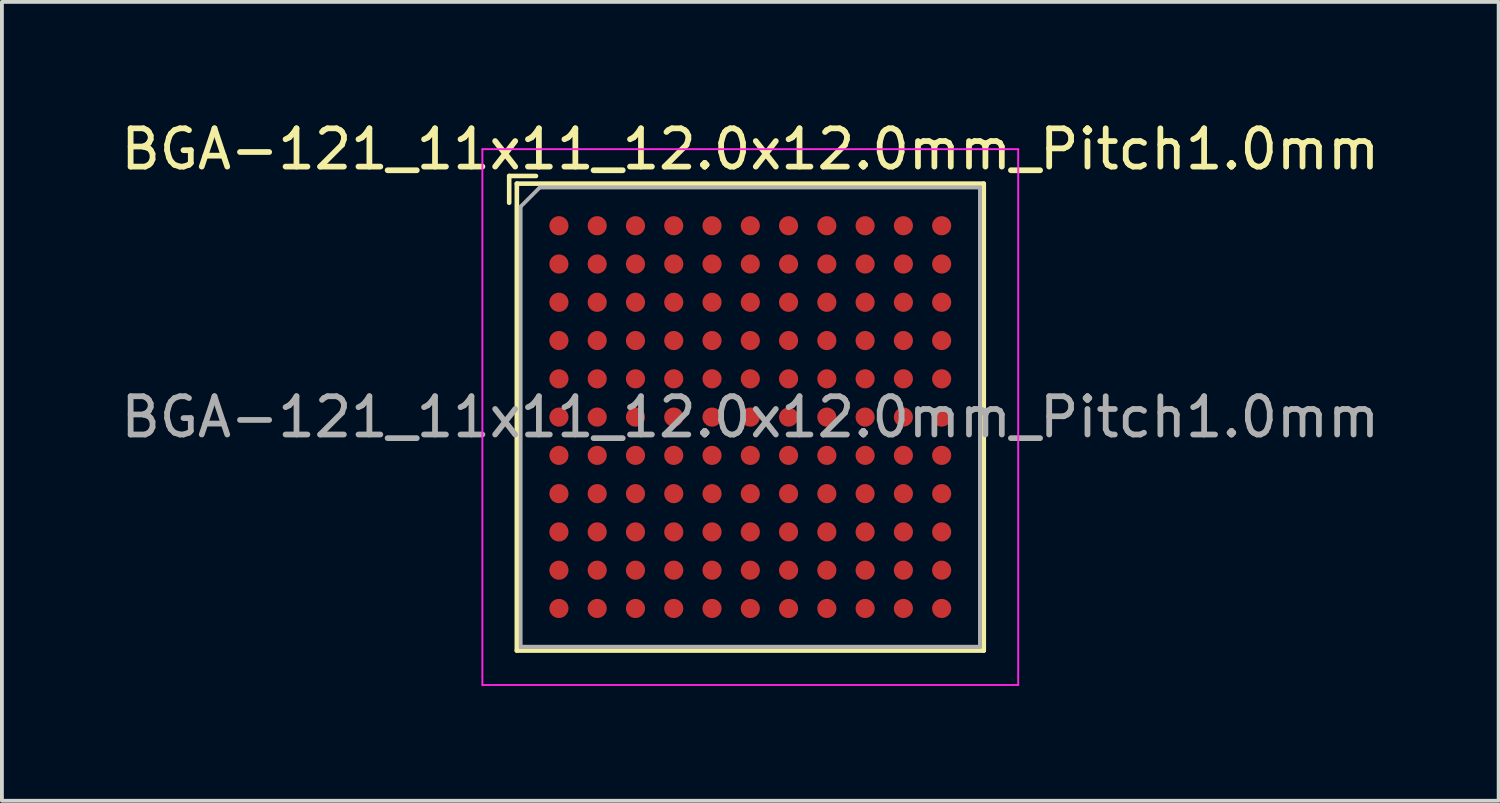
<source format=kicad_pcb>
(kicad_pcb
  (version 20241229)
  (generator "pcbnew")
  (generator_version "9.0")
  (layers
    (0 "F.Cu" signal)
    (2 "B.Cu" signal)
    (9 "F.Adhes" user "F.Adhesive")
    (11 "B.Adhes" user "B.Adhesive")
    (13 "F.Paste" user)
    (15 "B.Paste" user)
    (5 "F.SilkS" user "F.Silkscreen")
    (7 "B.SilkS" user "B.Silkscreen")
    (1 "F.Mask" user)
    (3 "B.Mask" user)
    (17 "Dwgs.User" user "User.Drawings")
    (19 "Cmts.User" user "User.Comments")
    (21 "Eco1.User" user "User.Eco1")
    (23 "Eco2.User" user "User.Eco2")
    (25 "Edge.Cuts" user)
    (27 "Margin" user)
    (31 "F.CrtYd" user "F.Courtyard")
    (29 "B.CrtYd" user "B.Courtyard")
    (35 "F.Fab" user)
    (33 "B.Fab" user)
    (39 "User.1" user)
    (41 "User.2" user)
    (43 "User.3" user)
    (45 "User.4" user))
  (footprint "BGA-121_11x11_12.0x12.0mm_Pitch1.0mm"
    (layer "F.Cu")
    (at 16.554 7.848)
    (property "Reference" "BGA-121_11x11_12.0x12.0mm_Pitch1.0mm" (at 0 -7 0) (layer "F.SilkS") (effects (font (size 1 1) (thickness 0.15))))
    (attr smd)
    (fp_line (start -6.3 -6.3) (end -5.6 -6.3) (stroke (width 0.12) (type solid)) (layer "F.SilkS"))
    (fp_line (start -6.3 -5.6) (end -6.3 -6.3) (stroke (width 0.12) (type solid)) (layer "F.SilkS"))
    (fp_line (start -6.1 -6.1) (end -6.1 6.1) (stroke (width 0.12) (type solid)) (layer "F.SilkS"))
    (fp_line (start -6.1 6.1) (end 6.1 6.1) (stroke (width 0.12) (type solid)) (layer "F.SilkS"))
    (fp_line (start 6.1 -6.1) (end -6.1 -6.1) (stroke (width 0.12) (type solid)) (layer "F.SilkS"))
    (fp_line (start 6.1 6.1) (end 6.1 -6.1) (stroke (width 0.12) (type solid)) (layer "F.SilkS"))
    (fp_line (start -7 -7) (end -7 7) (stroke (width 0.05) (type solid)) (layer "F.CrtYd"))
    (fp_line (start -7 -7) (end 7 -7) (stroke (width 0.05) (type solid)) (layer "F.CrtYd"))
    (fp_line (start 7 7) (end -7 7) (stroke (width 0.05) (type solid)) (layer "F.CrtYd"))
    (fp_line (start 7 7) (end 7 -7) (stroke (width 0.05) (type solid)) (layer "F.CrtYd"))
    (fp_line (start -6 -5.5) (end -6 6) (stroke (width 0.1) (type solid)) (layer "F.Fab"))
    (fp_line (start -6 6) (end 6 6) (stroke (width 0.1) (type solid)) (layer "F.Fab"))
    (fp_line (start -5.5 -6) (end -6 -5.5) (stroke (width 0.1) (type solid)) (layer "F.Fab"))
    (fp_line (start 6 -6) (end -5.5 -6) (stroke (width 0.1) (type solid)) (layer "F.Fab"))
    (fp_line (start 6 6) (end 6 -6) (stroke (width 0.1) (type solid)) (layer "F.Fab"))
    (fp_text user "${REFERENCE}" (at 0 0 0) (layer "F.Fab") (effects (font (size 1 1) (thickness 0.15))))
    (pad "A1" smd circle (at -5 -5) (size 0.5 0.5) (layers "F.Cu" "F.Mask" "F.Paste"))
    (pad "A2" smd circle (at -4 -5) (size 0.5 0.5) (layers "F.Cu" "F.Mask" "F.Paste"))
    (pad "A3" smd circle (at -3 -5) (size 0.5 0.5) (layers "F.Cu" "F.Mask" "F.Paste"))
    (pad "A4" smd circle (at -2 -5) (size 0.5 0.5) (layers "F.Cu" "F.Mask" "F.Paste"))
    (pad "A5" smd circle (at -1 -5) (size 0.5 0.5) (layers "F.Cu" "F.Mask" "F.Paste"))
    (pad "A6" smd circle (at 0 -5) (size 0.5 0.5) (layers "F.Cu" "F.Mask" "F.Paste"))
    (pad "A7" smd circle (at 1 -5) (size 0.5 0.5) (layers "F.Cu" "F.Mask" "F.Paste"))
    (pad "A8" smd circle (at 2 -5) (size 0.5 0.5) (layers "F.Cu" "F.Mask" "F.Paste"))
    (pad "A9" smd circle (at 3 -5) (size 0.5 0.5) (layers "F.Cu" "F.Mask" "F.Paste"))
    (pad "A10" smd circle (at 4 -5) (size 0.5 0.5) (layers "F.Cu" "F.Mask" "F.Paste"))
    (pad "A11" smd circle (at 5 -5) (size 0.5 0.5) (layers "F.Cu" "F.Mask" "F.Paste"))
    (pad "B1" smd circle (at -5 -4) (size 0.5 0.5) (layers "F.Cu" "F.Mask" "F.Paste"))
    (pad "B2" smd circle (at -4 -4) (size 0.5 0.5) (layers "F.Cu" "F.Mask" "F.Paste"))
    (pad "B3" smd circle (at -3 -4) (size 0.5 0.5) (layers "F.Cu" "F.Mask" "F.Paste"))
    (pad "B4" smd circle (at -2 -4) (size 0.5 0.5) (layers "F.Cu" "F.Mask" "F.Paste"))
    (pad "B5" smd circle (at -1 -4) (size 0.5 0.5) (layers "F.Cu" "F.Mask" "F.Paste"))
    (pad "B6" smd circle (at 0 -4) (size 0.5 0.5) (layers "F.Cu" "F.Mask" "F.Paste"))
    (pad "B7" smd circle (at 1 -4) (size 0.5 0.5) (layers "F.Cu" "F.Mask" "F.Paste"))
    (pad "B8" smd circle (at 2 -4) (size 0.5 0.5) (layers "F.Cu" "F.Mask" "F.Paste"))
    (pad "B9" smd circle (at 3 -4) (size 0.5 0.5) (layers "F.Cu" "F.Mask" "F.Paste"))
    (pad "B10" smd circle (at 4 -4) (size 0.5 0.5) (layers "F.Cu" "F.Mask" "F.Paste"))
    (pad "B11" smd circle (at 5 -4) (size 0.5 0.5) (layers "F.Cu" "F.Mask" "F.Paste"))
    (pad "C1" smd circle (at -5 -3) (size 0.5 0.5) (layers "F.Cu" "F.Mask" "F.Paste"))
    (pad "C2" smd circle (at -4 -3) (size 0.5 0.5) (layers "F.Cu" "F.Mask" "F.Paste"))
    (pad "C3" smd circle (at -3 -3) (size 0.5 0.5) (layers "F.Cu" "F.Mask" "F.Paste"))
    (pad "C4" smd circle (at -2 -3) (size 0.5 0.5) (layers "F.Cu" "F.Mask" "F.Paste"))
    (pad "C5" smd circle (at -1 -3) (size 0.5 0.5) (layers "F.Cu" "F.Mask" "F.Paste"))
    (pad "C6" smd circle (at 0 -3) (size 0.5 0.5) (layers "F.Cu" "F.Mask" "F.Paste"))
    (pad "C7" smd circle (at 1 -3) (size 0.5 0.5) (layers "F.Cu" "F.Mask" "F.Paste"))
    (pad "C8" smd circle (at 2 -3) (size 0.5 0.5) (layers "F.Cu" "F.Mask" "F.Paste"))
    (pad "C9" smd circle (at 3 -3) (size 0.5 0.5) (layers "F.Cu" "F.Mask" "F.Paste"))
    (pad "C10" smd circle (at 4 -3) (size 0.5 0.5) (layers "F.Cu" "F.Mask" "F.Paste"))
    (pad "C11" smd circle (at 5 -3) (size 0.5 0.5) (layers "F.Cu" "F.Mask" "F.Paste"))
    (pad "D1" smd circle (at -5 -2) (size 0.5 0.5) (layers "F.Cu" "F.Mask" "F.Paste"))
    (pad "D2" smd circle (at -4 -2) (size 0.5 0.5) (layers "F.Cu" "F.Mask" "F.Paste"))
    (pad "D3" smd circle (at -3 -2) (size 0.5 0.5) (layers "F.Cu" "F.Mask" "F.Paste"))
    (pad "D4" smd circle (at -2 -2) (size 0.5 0.5) (layers "F.Cu" "F.Mask" "F.Paste"))
    (pad "D5" smd circle (at -1 -2) (size 0.5 0.5) (layers "F.Cu" "F.Mask" "F.Paste"))
    (pad "D6" smd circle (at 0 -2) (size 0.5 0.5) (layers "F.Cu" "F.Mask" "F.Paste"))
    (pad "D7" smd circle (at 1 -2) (size 0.5 0.5) (layers "F.Cu" "F.Mask" "F.Paste"))
    (pad "D8" smd circle (at 2 -2) (size 0.5 0.5) (layers "F.Cu" "F.Mask" "F.Paste"))
    (pad "D9" smd circle (at 3 -2) (size 0.5 0.5) (layers "F.Cu" "F.Mask" "F.Paste"))
    (pad "D10" smd circle (at 4 -2) (size 0.5 0.5) (layers "F.Cu" "F.Mask" "F.Paste"))
    (pad "D11" smd circle (at 5 -2) (size 0.5 0.5) (layers "F.Cu" "F.Mask" "F.Paste"))
    (pad "E1" smd circle (at -5 -1) (size 0.5 0.5) (layers "F.Cu" "F.Mask" "F.Paste"))
    (pad "E2" smd circle (at -4 -1) (size 0.5 0.5) (layers "F.Cu" "F.Mask" "F.Paste"))
    (pad "E3" smd circle (at -3 -1) (size 0.5 0.5) (layers "F.Cu" "F.Mask" "F.Paste"))
    (pad "E4" smd circle (at -2 -1) (size 0.5 0.5) (layers "F.Cu" "F.Mask" "F.Paste"))
    (pad "E5" smd circle (at -1 -1) (size 0.5 0.5) (layers "F.Cu" "F.Mask" "F.Paste"))
    (pad "E6" smd circle (at 0 -1) (size 0.5 0.5) (layers "F.Cu" "F.Mask" "F.Paste"))
    (pad "E7" smd circle (at 1 -1) (size 0.5 0.5) (layers "F.Cu" "F.Mask" "F.Paste"))
    (pad "E8" smd circle (at 2 -1) (size 0.5 0.5) (layers "F.Cu" "F.Mask" "F.Paste"))
    (pad "E9" smd circle (at 3 -1) (size 0.5 0.5) (layers "F.Cu" "F.Mask" "F.Paste"))
    (pad "E10" smd circle (at 4 -1) (size 0.5 0.5) (layers "F.Cu" "F.Mask" "F.Paste"))
    (pad "E11" smd circle (at 5 -1) (size 0.5 0.5) (layers "F.Cu" "F.Mask" "F.Paste"))
    (pad "F1" smd circle (at -5 0) (size 0.5 0.5) (layers "F.Cu" "F.Mask" "F.Paste"))
    (pad "F2" smd circle (at -4 0) (size 0.5 0.5) (layers "F.Cu" "F.Mask" "F.Paste"))
    (pad "F3" smd circle (at -3 0) (size 0.5 0.5) (layers "F.Cu" "F.Mask" "F.Paste"))
    (pad "F4" smd circle (at -2 0) (size 0.5 0.5) (layers "F.Cu" "F.Mask" "F.Paste"))
    (pad "F5" smd circle (at -1 0) (size 0.5 0.5) (layers "F.Cu" "F.Mask" "F.Paste"))
    (pad "F6" smd circle (at 0 0) (size 0.5 0.5) (layers "F.Cu" "F.Mask" "F.Paste"))
    (pad "F7" smd circle (at 1 0) (size 0.5 0.5) (layers "F.Cu" "F.Mask" "F.Paste"))
    (pad "F8" smd circle (at 2 0) (size 0.5 0.5) (layers "F.Cu" "F.Mask" "F.Paste"))
    (pad "F9" smd circle (at 3 0) (size 0.5 0.5) (layers "F.Cu" "F.Mask" "F.Paste"))
    (pad "F10" smd circle (at 4 0) (size 0.5 0.5) (layers "F.Cu" "F.Mask" "F.Paste"))
    (pad "F11" smd circle (at 5 0) (size 0.5 0.5) (layers "F.Cu" "F.Mask" "F.Paste"))
    (pad "G1" smd circle (at -5 1) (size 0.5 0.5) (layers "F.Cu" "F.Mask" "F.Paste"))
    (pad "G2" smd circle (at -4 1) (size 0.5 0.5) (layers "F.Cu" "F.Mask" "F.Paste"))
    (pad "G3" smd circle (at -3 1) (size 0.5 0.5) (layers "F.Cu" "F.Mask" "F.Paste"))
    (pad "G4" smd circle (at -2 1) (size 0.5 0.5) (layers "F.Cu" "F.Mask" "F.Paste"))
    (pad "G5" smd circle (at -1 1) (size 0.5 0.5) (layers "F.Cu" "F.Mask" "F.Paste"))
    (pad "G6" smd circle (at 0 1) (size 0.5 0.5) (layers "F.Cu" "F.Mask" "F.Paste"))
    (pad "G7" smd circle (at 1 1) (size 0.5 0.5) (layers "F.Cu" "F.Mask" "F.Paste"))
    (pad "G8" smd circle (at 2 1) (size 0.5 0.5) (layers "F.Cu" "F.Mask" "F.Paste"))
    (pad "G9" smd circle (at 3 1) (size 0.5 0.5) (layers "F.Cu" "F.Mask" "F.Paste"))
    (pad "G10" smd circle (at 4 1) (size 0.5 0.5) (layers "F.Cu" "F.Mask" "F.Paste"))
    (pad "G11" smd circle (at 5 1) (size 0.5 0.5) (layers "F.Cu" "F.Mask" "F.Paste"))
    (pad "H1" smd circle (at -5 2) (size 0.5 0.5) (layers "F.Cu" "F.Mask" "F.Paste"))
    (pad "H2" smd circle (at -4 2) (size 0.5 0.5) (layers "F.Cu" "F.Mask" "F.Paste"))
    (pad "H3" smd circle (at -3 2) (size 0.5 0.5) (layers "F.Cu" "F.Mask" "F.Paste"))
    (pad "H4" smd circle (at -2 2) (size 0.5 0.5) (layers "F.Cu" "F.Mask" "F.Paste"))
    (pad "H5" smd circle (at -1 2) (size 0.5 0.5) (layers "F.Cu" "F.Mask" "F.Paste"))
    (pad "H6" smd circle (at 0 2) (size 0.5 0.5) (layers "F.Cu" "F.Mask" "F.Paste"))
    (pad "H7" smd circle (at 1 2) (size 0.5 0.5) (layers "F.Cu" "F.Mask" "F.Paste"))
    (pad "H8" smd circle (at 2 2) (size 0.5 0.5) (layers "F.Cu" "F.Mask" "F.Paste"))
    (pad "H9" smd circle (at 3 2) (size 0.5 0.5) (layers "F.Cu" "F.Mask" "F.Paste"))
    (pad "H10" smd circle (at 4 2) (size 0.5 0.5) (layers "F.Cu" "F.Mask" "F.Paste"))
    (pad "H11" smd circle (at 5 2) (size 0.5 0.5) (layers "F.Cu" "F.Mask" "F.Paste"))
    (pad "J1" smd circle (at -5 3) (size 0.5 0.5) (layers "F.Cu" "F.Mask" "F.Paste"))
    (pad "J2" smd circle (at -4 3) (size 0.5 0.5) (layers "F.Cu" "F.Mask" "F.Paste"))
    (pad "J3" smd circle (at -3 3) (size 0.5 0.5) (layers "F.Cu" "F.Mask" "F.Paste"))
    (pad "J4" smd circle (at -2 3) (size 0.5 0.5) (layers "F.Cu" "F.Mask" "F.Paste"))
    (pad "J5" smd circle (at -1 3) (size 0.5 0.5) (layers "F.Cu" "F.Mask" "F.Paste"))
    (pad "J6" smd circle (at 0 3) (size 0.5 0.5) (layers "F.Cu" "F.Mask" "F.Paste"))
    (pad "J7" smd circle (at 1 3) (size 0.5 0.5) (layers "F.Cu" "F.Mask" "F.Paste"))
    (pad "J8" smd circle (at 2 3) (size 0.5 0.5) (layers "F.Cu" "F.Mask" "F.Paste"))
    (pad "J9" smd circle (at 3 3) (size 0.5 0.5) (layers "F.Cu" "F.Mask" "F.Paste"))
    (pad "J10" smd circle (at 4 3) (size 0.5 0.5) (layers "F.Cu" "F.Mask" "F.Paste"))
    (pad "J11" smd circle (at 5 3) (size 0.5 0.5) (layers "F.Cu" "F.Mask" "F.Paste"))
    (pad "K1" smd circle (at -5 4) (size 0.5 0.5) (layers "F.Cu" "F.Mask" "F.Paste"))
    (pad "K2" smd circle (at -4 4) (size 0.5 0.5) (layers "F.Cu" "F.Mask" "F.Paste"))
    (pad "K3" smd circle (at -3 4) (size 0.5 0.5) (layers "F.Cu" "F.Mask" "F.Paste"))
    (pad "K4" smd circle (at -2 4) (size 0.5 0.5) (layers "F.Cu" "F.Mask" "F.Paste"))
    (pad "K5" smd circle (at -1 4) (size 0.5 0.5) (layers "F.Cu" "F.Mask" "F.Paste"))
    (pad "K6" smd circle (at 0 4) (size 0.5 0.5) (layers "F.Cu" "F.Mask" "F.Paste"))
    (pad "K7" smd circle (at 1 4) (size 0.5 0.5) (layers "F.Cu" "F.Mask" "F.Paste"))
    (pad "K8" smd circle (at 2 4) (size 0.5 0.5) (layers "F.Cu" "F.Mask" "F.Paste"))
    (pad "K9" smd circle (at 3 4) (size 0.5 0.5) (layers "F.Cu" "F.Mask" "F.Paste"))
    (pad "K10" smd circle (at 4 4) (size 0.5 0.5) (layers "F.Cu" "F.Mask" "F.Paste"))
    (pad "K11" smd circle (at 5 4) (size 0.5 0.5) (layers "F.Cu" "F.Mask" "F.Paste"))
    (pad "L1" smd circle (at -5 5) (size 0.5 0.5) (layers "F.Cu" "F.Mask" "F.Paste"))
    (pad "L2" smd circle (at -4 5) (size 0.5 0.5) (layers "F.Cu" "F.Mask" "F.Paste"))
    (pad "L3" smd circle (at -3 5) (size 0.5 0.5) (layers "F.Cu" "F.Mask" "F.Paste"))
    (pad "L4" smd circle (at -2 5) (size 0.5 0.5) (layers "F.Cu" "F.Mask" "F.Paste"))
    (pad "L5" smd circle (at -1 5) (size 0.5 0.5) (layers "F.Cu" "F.Mask" "F.Paste"))
    (pad "L6" smd circle (at 0 5) (size 0.5 0.5) (layers "F.Cu" "F.Mask" "F.Paste"))
    (pad "L7" smd circle (at 1 5) (size 0.5 0.5) (layers "F.Cu" "F.Mask" "F.Paste"))
    (pad "L8" smd circle (at 2 5) (size 0.5 0.5) (layers "F.Cu" "F.Mask" "F.Paste"))
    (pad "L9" smd circle (at 3 5) (size 0.5 0.5) (layers "F.Cu" "F.Mask" "F.Paste"))
    (pad "L10" smd circle (at 4 5) (size 0.5 0.5) (layers "F.Cu" "F.Mask" "F.Paste"))
    (pad "L11" smd circle (at 5 5) (size 0.5 0.5) (layers "F.Cu" "F.Mask" "F.Paste")))
  (gr_rect
    (start -3 -3)
    (end 36.107 17.873)
    (stroke (width 0.1) (type default))
    (fill no)
    (layer "Edge.Cuts")))
</source>
